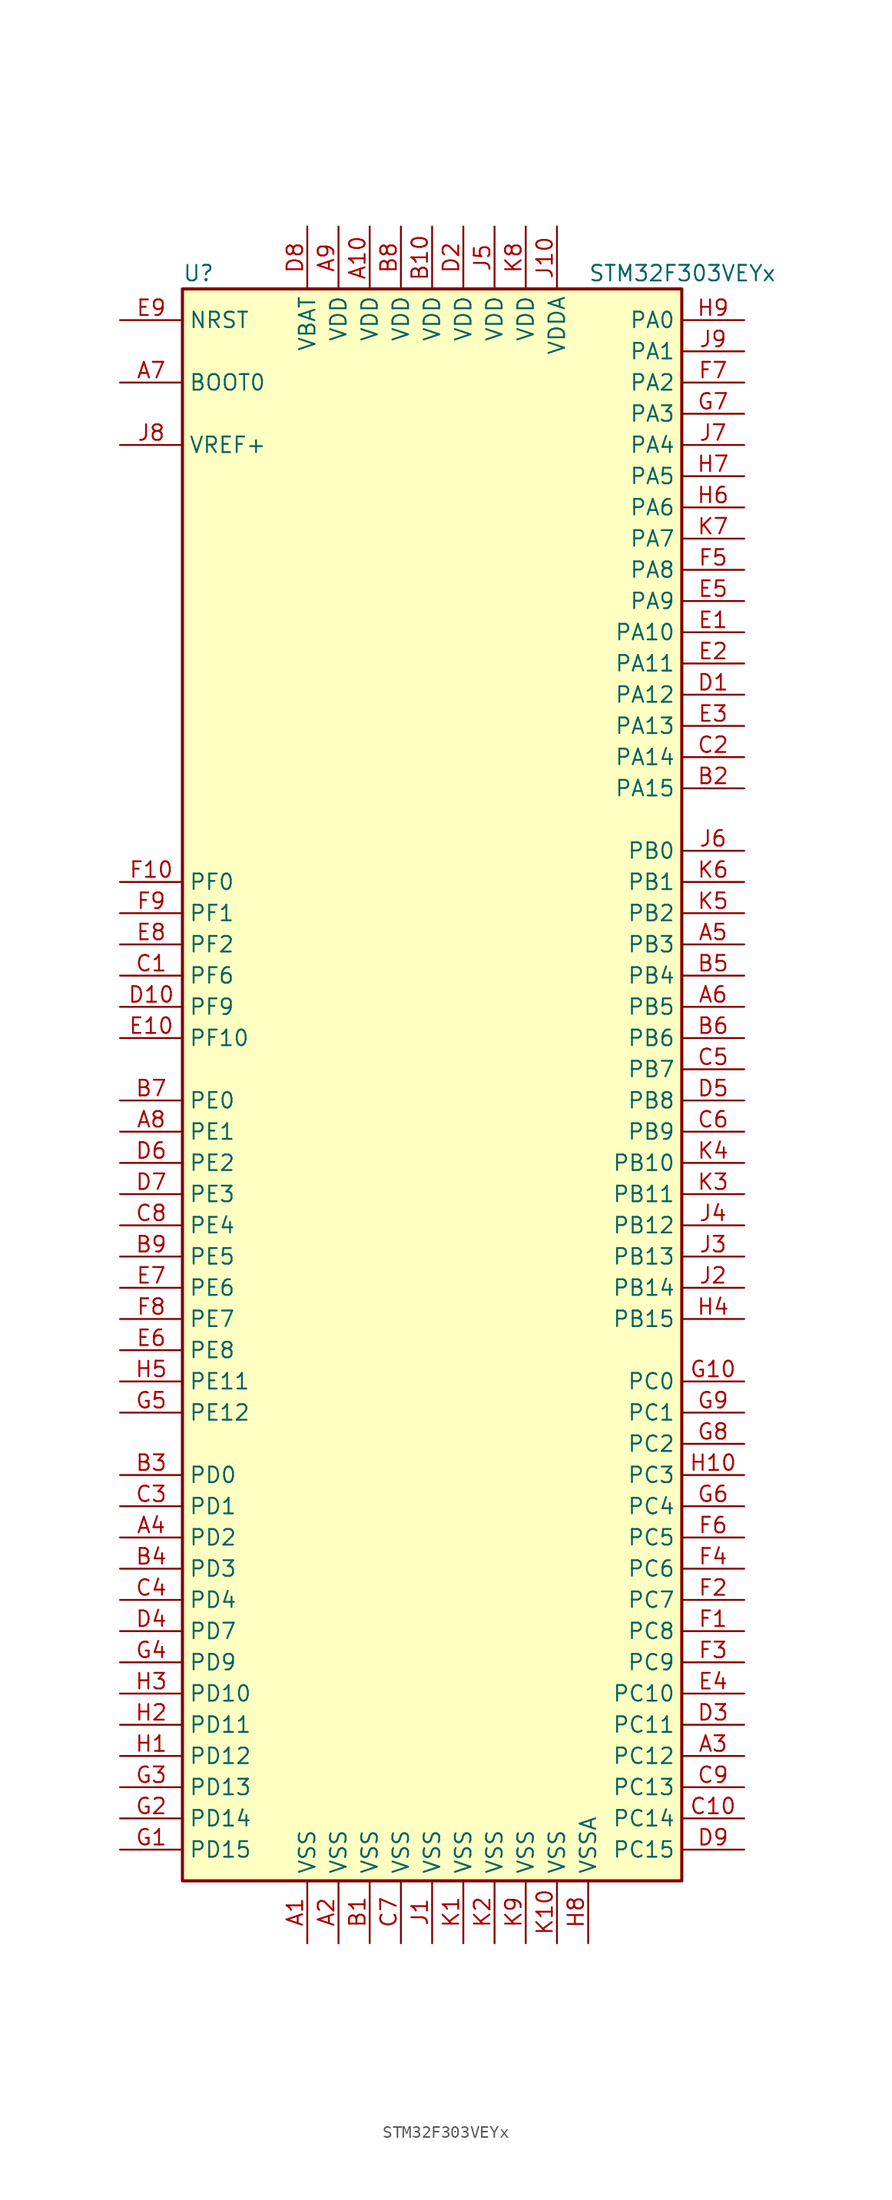
<source format=kicad_sym>
(kicad_symbol_lib
  (version 20201005)
  (generator kicad_symbol_editor)
  (symbol "STM32F303VEYx"
    (property "Reference" "U"
      (at -20.32 64.77 0)
      (effects (font (size 1.27 1.27)) (justify left)))
    (property "Value" "STM32F303VEYx"
      (at 12.7 64.77 0)
      (effects (font (size 1.27 1.27)) (justify left)))
    (symbol "STM32F303VEYx_0_1"
      (rectangle (start -20.32 -66.04) (end 20.32 63.5) (stroke (width 0.254)) (fill (type background))))
    (symbol "STM32F303VEYx_1_1"
      (pin input line (at -25.4 55.88 0) (length 5.08) (name "BOOT0" (effects (font (size 1.27 1.27)))) (number "A7" (effects (font (size 1.27 1.27)))))
      (pin input line (at -25.4 60.96 0) (length 5.08) (name "NRST" (effects (font (size 1.27 1.27)))) (number "E9" (effects (font (size 1.27 1.27)))))
      (pin bidirectional line (at 25.4 60.96 180) (length 5.08) (name "PA0" (effects (font (size 1.27 1.27)))) (number "H9" (effects (font (size 1.27 1.27)))))
      (pin bidirectional line (at 25.4 58.42 180) (length 5.08) (name "PA1" (effects (font (size 1.27 1.27)))) (number "J9" (effects (font (size 1.27 1.27)))))
      (pin bidirectional line (at 25.4 35.56 180) (length 5.08) (name "PA10" (effects (font (size 1.27 1.27)))) (number "E1" (effects (font (size 1.27 1.27)))))
      (pin bidirectional line (at 25.4 33.02 180) (length 5.08) (name "PA11" (effects (font (size 1.27 1.27)))) (number "E2" (effects (font (size 1.27 1.27)))))
      (pin bidirectional line (at 25.4 30.48 180) (length 5.08) (name "PA12" (effects (font (size 1.27 1.27)))) (number "D1" (effects (font (size 1.27 1.27)))))
      (pin bidirectional line (at 25.4 27.94 180) (length 5.08) (name "PA13" (effects (font (size 1.27 1.27)))) (number "E3" (effects (font (size 1.27 1.27)))))
      (pin bidirectional line (at 25.4 25.4 180) (length 5.08) (name "PA14" (effects (font (size 1.27 1.27)))) (number "C2" (effects (font (size 1.27 1.27)))))
      (pin bidirectional line (at 25.4 22.86 180) (length 5.08) (name "PA15" (effects (font (size 1.27 1.27)))) (number "B2" (effects (font (size 1.27 1.27)))))
      (pin bidirectional line (at 25.4 55.88 180) (length 5.08) (name "PA2" (effects (font (size 1.27 1.27)))) (number "F7" (effects (font (size 1.27 1.27)))))
      (pin bidirectional line (at 25.4 53.34 180) (length 5.08) (name "PA3" (effects (font (size 1.27 1.27)))) (number "G7" (effects (font (size 1.27 1.27)))))
      (pin bidirectional line (at 25.4 50.8 180) (length 5.08) (name "PA4" (effects (font (size 1.27 1.27)))) (number "J7" (effects (font (size 1.27 1.27)))))
      (pin bidirectional line (at 25.4 48.26 180) (length 5.08) (name "PA5" (effects (font (size 1.27 1.27)))) (number "H7" (effects (font (size 1.27 1.27)))))
      (pin bidirectional line (at 25.4 45.72 180) (length 5.08) (name "PA6" (effects (font (size 1.27 1.27)))) (number "H6" (effects (font (size 1.27 1.27)))))
      (pin bidirectional line (at 25.4 43.18 180) (length 5.08) (name "PA7" (effects (font (size 1.27 1.27)))) (number "K7" (effects (font (size 1.27 1.27)))))
      (pin bidirectional line (at 25.4 40.64 180) (length 5.08) (name "PA8" (effects (font (size 1.27 1.27)))) (number "F5" (effects (font (size 1.27 1.27)))))
      (pin bidirectional line (at 25.4 38.1 180) (length 5.08) (name "PA9" (effects (font (size 1.27 1.27)))) (number "E5" (effects (font (size 1.27 1.27)))))
      (pin bidirectional line (at 25.4 17.78 180) (length 5.08) (name "PB0" (effects (font (size 1.27 1.27)))) (number "J6" (effects (font (size 1.27 1.27)))))
      (pin bidirectional line (at 25.4 15.24 180) (length 5.08) (name "PB1" (effects (font (size 1.27 1.27)))) (number "K6" (effects (font (size 1.27 1.27)))))
      (pin bidirectional line (at 25.4 -7.62 180) (length 5.08) (name "PB10" (effects (font (size 1.27 1.27)))) (number "K4" (effects (font (size 1.27 1.27)))))
      (pin bidirectional line (at 25.4 -10.16 180) (length 5.08) (name "PB11" (effects (font (size 1.27 1.27)))) (number "K3" (effects (font (size 1.27 1.27)))))
      (pin bidirectional line (at 25.4 -12.7 180) (length 5.08) (name "PB12" (effects (font (size 1.27 1.27)))) (number "J4" (effects (font (size 1.27 1.27)))))
      (pin bidirectional line (at 25.4 -15.24 180) (length 5.08) (name "PB13" (effects (font (size 1.27 1.27)))) (number "J3" (effects (font (size 1.27 1.27)))))
      (pin bidirectional line (at 25.4 -17.78 180) (length 5.08) (name "PB14" (effects (font (size 1.27 1.27)))) (number "J2" (effects (font (size 1.27 1.27)))))
      (pin bidirectional line (at 25.4 -20.32 180) (length 5.08) (name "PB15" (effects (font (size 1.27 1.27)))) (number "H4" (effects (font (size 1.27 1.27)))))
      (pin bidirectional line (at 25.4 12.7 180) (length 5.08) (name "PB2" (effects (font (size 1.27 1.27)))) (number "K5" (effects (font (size 1.27 1.27)))))
      (pin bidirectional line (at 25.4 10.16 180) (length 5.08) (name "PB3" (effects (font (size 1.27 1.27)))) (number "A5" (effects (font (size 1.27 1.27)))))
      (pin bidirectional line (at 25.4 7.62 180) (length 5.08) (name "PB4" (effects (font (size 1.27 1.27)))) (number "B5" (effects (font (size 1.27 1.27)))))
      (pin bidirectional line (at 25.4 5.08 180) (length 5.08) (name "PB5" (effects (font (size 1.27 1.27)))) (number "A6" (effects (font (size 1.27 1.27)))))
      (pin bidirectional line (at 25.4 2.54 180) (length 5.08) (name "PB6" (effects (font (size 1.27 1.27)))) (number "B6" (effects (font (size 1.27 1.27)))))
      (pin bidirectional line (at 25.4 0 180) (length 5.08) (name "PB7" (effects (font (size 1.27 1.27)))) (number "C5" (effects (font (size 1.27 1.27)))))
      (pin bidirectional line (at 25.4 -2.54 180) (length 5.08) (name "PB8" (effects (font (size 1.27 1.27)))) (number "D5" (effects (font (size 1.27 1.27)))))
      (pin bidirectional line (at 25.4 -5.08 180) (length 5.08) (name "PB9" (effects (font (size 1.27 1.27)))) (number "C6" (effects (font (size 1.27 1.27)))))
      (pin bidirectional line (at 25.4 -25.4 180) (length 5.08) (name "PC0" (effects (font (size 1.27 1.27)))) (number "G10" (effects (font (size 1.27 1.27)))))
      (pin bidirectional line (at 25.4 -27.94 180) (length 5.08) (name "PC1" (effects (font (size 1.27 1.27)))) (number "G9" (effects (font (size 1.27 1.27)))))
      (pin bidirectional line (at 25.4 -50.8 180) (length 5.08) (name "PC10" (effects (font (size 1.27 1.27)))) (number "E4" (effects (font (size 1.27 1.27)))))
      (pin bidirectional line (at 25.4 -53.34 180) (length 5.08) (name "PC11" (effects (font (size 1.27 1.27)))) (number "D3" (effects (font (size 1.27 1.27)))))
      (pin bidirectional line (at 25.4 -55.88 180) (length 5.08) (name "PC12" (effects (font (size 1.27 1.27)))) (number "A3" (effects (font (size 1.27 1.27)))))
      (pin bidirectional line (at 25.4 -58.42 180) (length 5.08) (name "PC13" (effects (font (size 1.27 1.27)))) (number "C9" (effects (font (size 1.27 1.27)))))
      (pin bidirectional line (at 25.4 -60.96 180) (length 5.08) (name "PC14" (effects (font (size 1.27 1.27)))) (number "C10" (effects (font (size 1.27 1.27)))))
      (pin bidirectional line (at 25.4 -63.5 180) (length 5.08) (name "PC15" (effects (font (size 1.27 1.27)))) (number "D9" (effects (font (size 1.27 1.27)))))
      (pin bidirectional line (at 25.4 -30.48 180) (length 5.08) (name "PC2" (effects (font (size 1.27 1.27)))) (number "G8" (effects (font (size 1.27 1.27)))))
      (pin bidirectional line (at 25.4 -33.02 180) (length 5.08) (name "PC3" (effects (font (size 1.27 1.27)))) (number "H10" (effects (font (size 1.27 1.27)))))
      (pin bidirectional line (at 25.4 -35.56 180) (length 5.08) (name "PC4" (effects (font (size 1.27 1.27)))) (number "G6" (effects (font (size 1.27 1.27)))))
      (pin bidirectional line (at 25.4 -38.1 180) (length 5.08) (name "PC5" (effects (font (size 1.27 1.27)))) (number "F6" (effects (font (size 1.27 1.27)))))
      (pin bidirectional line (at 25.4 -40.64 180) (length 5.08) (name "PC6" (effects (font (size 1.27 1.27)))) (number "F4" (effects (font (size 1.27 1.27)))))
      (pin bidirectional line (at 25.4 -43.18 180) (length 5.08) (name "PC7" (effects (font (size 1.27 1.27)))) (number "F2" (effects (font (size 1.27 1.27)))))
      (pin bidirectional line (at 25.4 -45.72 180) (length 5.08) (name "PC8" (effects (font (size 1.27 1.27)))) (number "F1" (effects (font (size 1.27 1.27)))))
      (pin bidirectional line (at 25.4 -48.26 180) (length 5.08) (name "PC9" (effects (font (size 1.27 1.27)))) (number "F3" (effects (font (size 1.27 1.27)))))
      (pin bidirectional line (at -25.4 -33.02 0) (length 5.08) (name "PD0" (effects (font (size 1.27 1.27)))) (number "B3" (effects (font (size 1.27 1.27)))))
      (pin bidirectional line (at -25.4 -35.56 0) (length 5.08) (name "PD1" (effects (font (size 1.27 1.27)))) (number "C3" (effects (font (size 1.27 1.27)))))
      (pin bidirectional line (at -25.4 -50.8 0) (length 5.08) (name "PD10" (effects (font (size 1.27 1.27)))) (number "H3" (effects (font (size 1.27 1.27)))))
      (pin bidirectional line (at -25.4 -53.34 0) (length 5.08) (name "PD11" (effects (font (size 1.27 1.27)))) (number "H2" (effects (font (size 1.27 1.27)))))
      (pin bidirectional line (at -25.4 -55.88 0) (length 5.08) (name "PD12" (effects (font (size 1.27 1.27)))) (number "H1" (effects (font (size 1.27 1.27)))))
      (pin bidirectional line (at -25.4 -58.42 0) (length 5.08) (name "PD13" (effects (font (size 1.27 1.27)))) (number "G3" (effects (font (size 1.27 1.27)))))
      (pin bidirectional line (at -25.4 -60.96 0) (length 5.08) (name "PD14" (effects (font (size 1.27 1.27)))) (number "G2" (effects (font (size 1.27 1.27)))))
      (pin bidirectional line (at -25.4 -63.5 0) (length 5.08) (name "PD15" (effects (font (size 1.27 1.27)))) (number "G1" (effects (font (size 1.27 1.27)))))
      (pin bidirectional line (at -25.4 -38.1 0) (length 5.08) (name "PD2" (effects (font (size 1.27 1.27)))) (number "A4" (effects (font (size 1.27 1.27)))))
      (pin bidirectional line (at -25.4 -40.64 0) (length 5.08) (name "PD3" (effects (font (size 1.27 1.27)))) (number "B4" (effects (font (size 1.27 1.27)))))
      (pin bidirectional line (at -25.4 -43.18 0) (length 5.08) (name "PD4" (effects (font (size 1.27 1.27)))) (number "C4" (effects (font (size 1.27 1.27)))))
      (pin bidirectional line (at -25.4 -45.72 0) (length 5.08) (name "PD7" (effects (font (size 1.27 1.27)))) (number "D4" (effects (font (size 1.27 1.27)))))
      (pin bidirectional line (at -25.4 -48.26 0) (length 5.08) (name "PD9" (effects (font (size 1.27 1.27)))) (number "G4" (effects (font (size 1.27 1.27)))))
      (pin bidirectional line (at -25.4 -2.54 0) (length 5.08) (name "PE0" (effects (font (size 1.27 1.27)))) (number "B7" (effects (font (size 1.27 1.27)))))
      (pin bidirectional line (at -25.4 -5.08 0) (length 5.08) (name "PE1" (effects (font (size 1.27 1.27)))) (number "A8" (effects (font (size 1.27 1.27)))))
      (pin bidirectional line (at -25.4 -25.4 0) (length 5.08) (name "PE11" (effects (font (size 1.27 1.27)))) (number "H5" (effects (font (size 1.27 1.27)))))
      (pin bidirectional line (at -25.4 -27.94 0) (length 5.08) (name "PE12" (effects (font (size 1.27 1.27)))) (number "G5" (effects (font (size 1.27 1.27)))))
      (pin bidirectional line (at -25.4 -7.62 0) (length 5.08) (name "PE2" (effects (font (size 1.27 1.27)))) (number "D6" (effects (font (size 1.27 1.27)))))
      (pin bidirectional line (at -25.4 -10.16 0) (length 5.08) (name "PE3" (effects (font (size 1.27 1.27)))) (number "D7" (effects (font (size 1.27 1.27)))))
      (pin bidirectional line (at -25.4 -12.7 0) (length 5.08) (name "PE4" (effects (font (size 1.27 1.27)))) (number "C8" (effects (font (size 1.27 1.27)))))
      (pin bidirectional line (at -25.4 -15.24 0) (length 5.08) (name "PE5" (effects (font (size 1.27 1.27)))) (number "B9" (effects (font (size 1.27 1.27)))))
      (pin bidirectional line (at -25.4 -17.78 0) (length 5.08) (name "PE6" (effects (font (size 1.27 1.27)))) (number "E7" (effects (font (size 1.27 1.27)))))
      (pin bidirectional line (at -25.4 -20.32 0) (length 5.08) (name "PE7" (effects (font (size 1.27 1.27)))) (number "F8" (effects (font (size 1.27 1.27)))))
      (pin bidirectional line (at -25.4 -22.86 0) (length 5.08) (name "PE8" (effects (font (size 1.27 1.27)))) (number "E6" (effects (font (size 1.27 1.27)))))
      (pin input line (at -25.4 15.24 0) (length 5.08) (name "PF0" (effects (font (size 1.27 1.27)))) (number "F10" (effects (font (size 1.27 1.27)))))
      (pin input line (at -25.4 12.7 0) (length 5.08) (name "PF1" (effects (font (size 1.27 1.27)))) (number "F9" (effects (font (size 1.27 1.27)))))
      (pin bidirectional line (at -25.4 2.54 0) (length 5.08) (name "PF10" (effects (font (size 1.27 1.27)))) (number "E10" (effects (font (size 1.27 1.27)))))
      (pin bidirectional line (at -25.4 10.16 0) (length 5.08) (name "PF2" (effects (font (size 1.27 1.27)))) (number "E8" (effects (font (size 1.27 1.27)))))
      (pin bidirectional line (at -25.4 7.62 0) (length 5.08) (name "PF6" (effects (font (size 1.27 1.27)))) (number "C1" (effects (font (size 1.27 1.27)))))
      (pin bidirectional line (at -25.4 5.08 0) (length 5.08) (name "PF9" (effects (font (size 1.27 1.27)))) (number "D10" (effects (font (size 1.27 1.27)))))
      (pin power_in line (at -10.16 68.58 270) (length 5.08) (name "VBAT" (effects (font (size 1.27 1.27)))) (number "D8" (effects (font (size 1.27 1.27)))))
      (pin power_in line (at -5.08 68.58 270) (length 5.08) (name "VDD" (effects (font (size 1.27 1.27)))) (number "A10" (effects (font (size 1.27 1.27)))))
      (pin power_in line (at -7.62 68.58 270) (length 5.08) (name "VDD" (effects (font (size 1.27 1.27)))) (number "A9" (effects (font (size 1.27 1.27)))))
      (pin power_in line (at 0 68.58 270) (length 5.08) (name "VDD" (effects (font (size 1.27 1.27)))) (number "B10" (effects (font (size 1.27 1.27)))))
      (pin power_in line (at -2.54 68.58 270) (length 5.08) (name "VDD" (effects (font (size 1.27 1.27)))) (number "B8" (effects (font (size 1.27 1.27)))))
      (pin power_in line (at 2.54 68.58 270) (length 5.08) (name "VDD" (effects (font (size 1.27 1.27)))) (number "D2" (effects (font (size 1.27 1.27)))))
      (pin power_in line (at 5.08 68.58 270) (length 5.08) (name "VDD" (effects (font (size 1.27 1.27)))) (number "J5" (effects (font (size 1.27 1.27)))))
      (pin power_in line (at 7.62 68.58 270) (length 5.08) (name "VDD" (effects (font (size 1.27 1.27)))) (number "K8" (effects (font (size 1.27 1.27)))))
      (pin power_in line (at 10.16 68.58 270) (length 5.08) (name "VDDA" (effects (font (size 1.27 1.27)))) (number "J10" (effects (font (size 1.27 1.27)))))
      (pin power_in line (at -25.4 50.8 0) (length 5.08) (name "VREF+" (effects (font (size 1.27 1.27)))) (number "J8" (effects (font (size 1.27 1.27)))))
      (pin power_in line (at -10.16 -71.12 90) (length 5.08) (name "VSS" (effects (font (size 1.27 1.27)))) (number "A1" (effects (font (size 1.27 1.27)))))
      (pin power_in line (at -7.62 -71.12 90) (length 5.08) (name "VSS" (effects (font (size 1.27 1.27)))) (number "A2" (effects (font (size 1.27 1.27)))))
      (pin power_in line (at -5.08 -71.12 90) (length 5.08) (name "VSS" (effects (font (size 1.27 1.27)))) (number "B1" (effects (font (size 1.27 1.27)))))
      (pin power_in line (at -2.54 -71.12 90) (length 5.08) (name "VSS" (effects (font (size 1.27 1.27)))) (number "C7" (effects (font (size 1.27 1.27)))))
      (pin power_in line (at 0 -71.12 90) (length 5.08) (name "VSS" (effects (font (size 1.27 1.27)))) (number "J1" (effects (font (size 1.27 1.27)))))
      (pin power_in line (at 2.54 -71.12 90) (length 5.08) (name "VSS" (effects (font (size 1.27 1.27)))) (number "K1" (effects (font (size 1.27 1.27)))))
      (pin power_in line (at 10.16 -71.12 90) (length 5.08) (name "VSS" (effects (font (size 1.27 1.27)))) (number "K10" (effects (font (size 1.27 1.27)))))
      (pin power_in line (at 5.08 -71.12 90) (length 5.08) (name "VSS" (effects (font (size 1.27 1.27)))) (number "K2" (effects (font (size 1.27 1.27)))))
      (pin power_in line (at 7.62 -71.12 90) (length 5.08) (name "VSS" (effects (font (size 1.27 1.27)))) (number "K9" (effects (font (size 1.27 1.27)))))
      (pin power_in line (at 12.7 -71.12 90) (length 5.08) (name "VSSA" (effects (font (size 1.27 1.27)))) (number "H8" (effects (font (size 1.27 1.27))))))))
</source>
